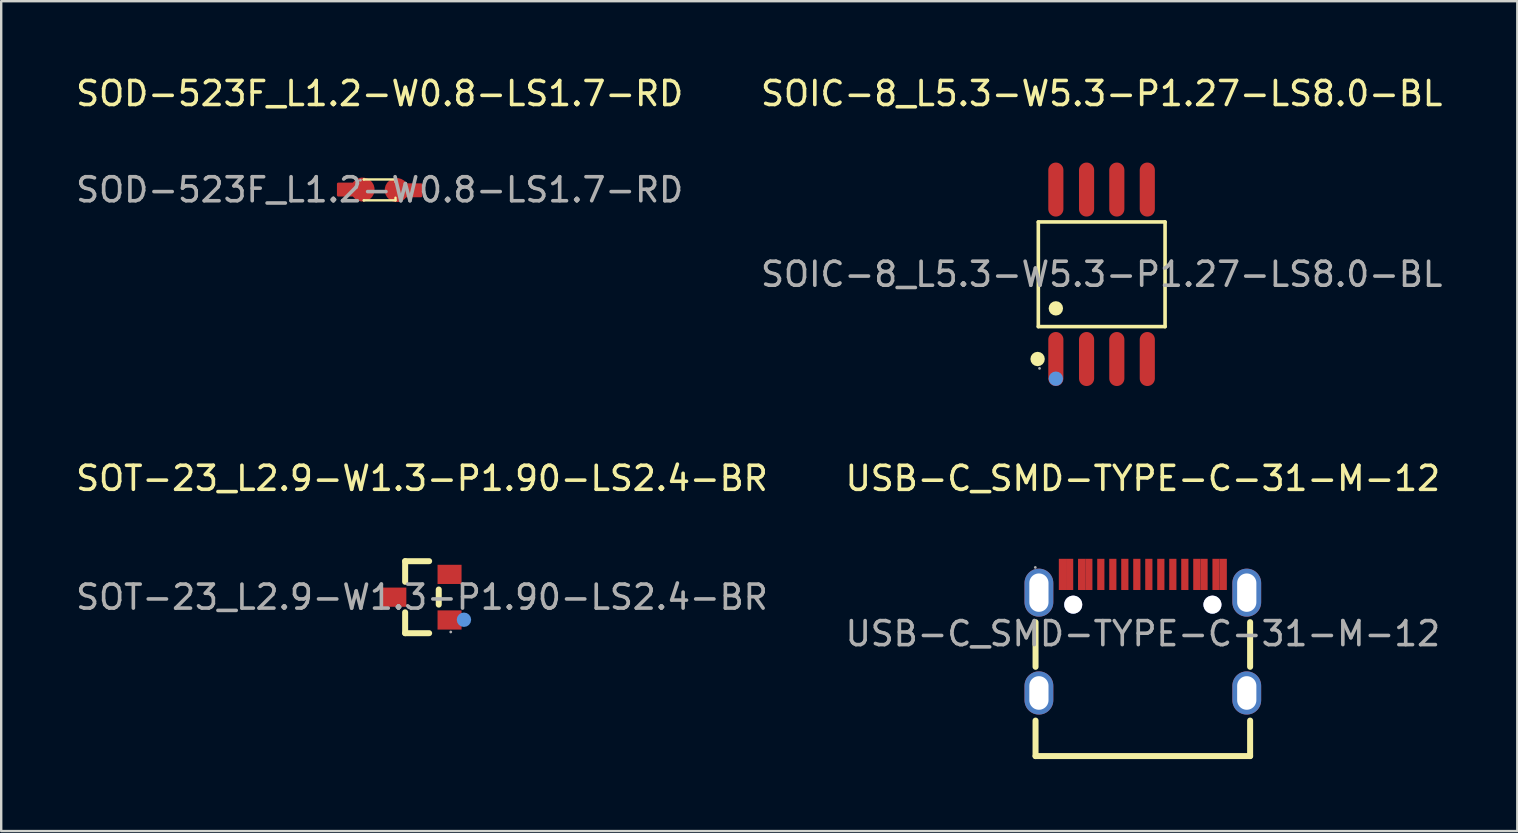
<source format=kicad_pcb>
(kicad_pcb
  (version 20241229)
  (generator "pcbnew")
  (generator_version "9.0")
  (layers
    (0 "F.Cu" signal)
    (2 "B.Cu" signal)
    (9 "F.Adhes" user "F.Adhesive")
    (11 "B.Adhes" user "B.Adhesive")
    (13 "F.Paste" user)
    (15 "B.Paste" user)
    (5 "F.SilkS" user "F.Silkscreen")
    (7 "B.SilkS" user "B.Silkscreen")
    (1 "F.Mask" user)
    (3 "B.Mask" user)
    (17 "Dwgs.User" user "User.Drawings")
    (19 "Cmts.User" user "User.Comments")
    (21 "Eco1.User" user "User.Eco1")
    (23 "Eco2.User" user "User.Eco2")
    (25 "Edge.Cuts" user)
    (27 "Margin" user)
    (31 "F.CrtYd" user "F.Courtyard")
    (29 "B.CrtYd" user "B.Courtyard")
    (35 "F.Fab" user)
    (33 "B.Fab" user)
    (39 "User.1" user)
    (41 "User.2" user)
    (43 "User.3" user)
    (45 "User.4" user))
  (footprint "SOIC-8_L5.3-W5.3-P1.27-LS8.0-BL"
    (layer "F.Cu")
    (at 42.851 8.378)
    (property "Reference" "SOIC-8_L5.3-W5.3-P1.27-LS8.0-BL" (at 0 -7.53 0) (layer "F.SilkS") (effects (font (size 1 1) (thickness 0.15))))
    (attr smd)
    (fp_line (start -2.64 -2.18) (end 2.64 -2.18) (stroke (width 0.15) (type solid)) (layer "F.SilkS"))
    (fp_line (start -2.64 2.18) (end -2.64 -2.18) (stroke (width 0.15) (type solid)) (layer "F.SilkS"))
    (fp_line (start 2.64 -2.18) (end 2.64 2.18) (stroke (width 0.15) (type solid)) (layer "F.SilkS"))
    (fp_line (start 2.64 2.18) (end -2.64 2.18) (stroke (width 0.15) (type solid)) (layer "F.SilkS"))
    (fp_circle (center -2.67 3.53) (end -2.52 3.53) (stroke (width 0.3) (type solid)) (fill no) (layer "F.SilkS"))
    (fp_circle (center -1.91 1.42) (end -1.76 1.42) (stroke (width 0.3) (type solid)) (fill no) (layer "F.SilkS"))
    (fp_circle (center -1.91 4.35) (end -1.76 4.35) (stroke (width 0.3) (type solid)) (fill no) (layer "Cmts.User"))
    (fp_circle (center -2.59 3.92) (end -2.56 3.92) (stroke (width 0.06) (type solid)) (fill no) (layer "F.Fab"))
    (fp_text user "${REFERENCE}" (at 0 0 0) (layer "F.Fab") (effects (font (size 1 1) (thickness 0.15))))
    (pad "1" smd oval (at -1.91 3.53) (size 0.63 2.25) (layers "F.Cu" "F.Mask" "F.Paste"))
    (pad "2" smd oval (at -0.63 3.53) (size 0.63 2.25) (layers "F.Cu" "F.Mask" "F.Paste"))
    (pad "3" smd oval (at 0.63 3.53) (size 0.63 2.25) (layers "F.Cu" "F.Mask" "F.Paste"))
    (pad "4" smd oval (at 1.9 3.53) (size 0.63 2.25) (layers "F.Cu" "F.Mask" "F.Paste"))
    (pad "5" smd oval (at 1.9 -3.53) (size 0.63 2.25) (layers "F.Cu" "F.Mask" "F.Paste"))
    (pad "6" smd oval (at 0.63 -3.53) (size 0.63 2.25) (layers "F.Cu" "F.Mask" "F.Paste"))
    (pad "7" smd oval (at -0.63 -3.53) (size 0.63 2.25) (layers "F.Cu" "F.Mask" "F.Paste"))
    (pad "8" smd oval (at -1.91 -3.53) (size 0.63 2.25) (layers "F.Cu" "F.Mask" "F.Paste")))
  (footprint "SOD-523F_L1.2-W0.8-LS1.7-RD"
    (layer "F.Cu")
    (at 12.768 4.858)
    (property "Reference" "SOD-523F_L1.2-W0.8-LS1.7-RD" (at 0 -4.01 0) (layer "F.SilkS") (effects (font (size 1 1) (thickness 0.15))))
    (attr smd)
    (fp_line (start -0.66 -0.43) (end -0.66 -0.43) (stroke (width 0.1) (type solid)) (layer "F.SilkS"))
    (fp_line (start -0.66 -0.43) (end 0.66 -0.43) (stroke (width 0.1) (type solid)) (layer "F.SilkS"))
    (fp_line (start -0.66 0.44) (end -0.66 0.44) (stroke (width 0.1) (type solid)) (layer "F.SilkS"))
    (fp_line (start 0.66 -0.43) (end 0.66 -0.33) (stroke (width 0.1) (type solid)) (layer "F.SilkS"))
    (fp_line (start 0.66 0.33) (end 0.66 0.44) (stroke (width 0.1) (type solid)) (layer "F.SilkS"))
    (fp_line (start 0.66 0.44) (end -0.66 0.44) (stroke (width 0.1) (type solid)) (layer "F.SilkS"))
    (fp_circle (center -0.8 -0.4) (end -0.77 -0.4) (stroke (width 0.06) (type solid)) (fill no) (layer "F.Fab"))
    (fp_text user "${REFERENCE}" (at 0 0 0) (layer "F.Fab") (effects (font (size 1 1) (thickness 0.15))))
    (pad "1" smd custom (at -0.71 -0.01) (size 1 1) (layers "F.Cu" "F.Mask" "F.Paste") (options (anchor circle)) (primitives (gr_poly (pts (xy -1.02 -0.24) (xy -0.41 -0.24) (xy -0.41 0.24) (xy -1.02 0.24)) (width 0.1) (fill yes))))
    (pad "2" smd custom (at 0.71 0.01) (size 1 1) (layers "F.Cu" "F.Mask" "F.Paste") (options (anchor circle)) (primitives (gr_poly (pts (xy 0.41 -0.23) (xy 1.02 -0.23) (xy 1.02 0.25) (xy 0.41 0.25)) (width 0.1) (fill yes)))))
  (footprint "USB-C_SMD-TYPE-C-31-M-12"
    (layer "F.Cu")
    (at 44.565 23.352)
    (property "Reference" "USB-C_SMD-TYPE-C-31-M-12" (at 0 -6.47 0) (layer "F.SilkS") (effects (font (size 1 1) (thickness 0.15))))
    (attr smd)
    (fp_line (start -4.47 1.38) (end -4.47 -0.48) (stroke (width 0.25) (type solid)) (layer "F.SilkS"))
    (fp_line (start -4.47 5.1) (end -4.47 3.62) (stroke (width 0.25) (type solid)) (layer "F.SilkS"))
    (fp_line (start 4.47 1.38) (end 4.47 -0.48) (stroke (width 0.25) (type solid)) (layer "F.SilkS"))
    (fp_line (start 4.47 5.1) (end -4.47 5.1) (stroke (width 0.25) (type solid)) (layer "F.SilkS"))
    (fp_line (start 4.47 5.1) (end 4.47 3.62) (stroke (width 0.25) (type solid)) (layer "F.SilkS"))
    (fp_circle (center -2.9 -1.21) (end -2.78 -1.21) (stroke (width 0.25) (type solid)) (fill no) (layer "Cmts.User"))
    (fp_circle (center 2.9 -1.21) (end 3.02 -1.21) (stroke (width 0.25) (type solid)) (fill no) (layer "Cmts.User"))
    (fp_circle (center -4.48 -2.76) (end -4.45 -2.76) (stroke (width 0.06) (type solid)) (fill no) (layer "F.Fab"))
    (fp_text user "${REFERENCE}" (at 0 0 0) (layer "F.Fab") (effects (font (size 1 1) (thickness 0.15))))
    (pad "" thru_hole circle (at -2.9 -1.21) (size 0.75 0.75) (drill 0.75) (layers "*.Cu" "*.Mask"))
    (pad "" thru_hole circle (at 2.9 -1.21) (size 0.75 0.75) (drill 0.75) (layers "*.Cu" "*.Mask"))
    (pad "0" thru_hole oval (at -4.33 -1.71) (size 1.2 2) (drill oval 0.8 1.6) (layers "*.Cu" "*.Paste" "*.Mask"))
    (pad "1" thru_hole oval (at 4.33 -1.71) (size 1.2 2) (drill oval 0.8 1.6) (layers "*.Cu" "*.Paste" "*.Mask"))
    (pad "2" thru_hole oval (at 4.33 2.47) (size 1.2 1.8) (drill oval 0.8 1.4) (layers "*.Cu" "*.Paste" "*.Mask"))
    (pad "3" thru_hole oval (at -4.33 2.47) (size 1.2 1.8) (drill oval 0.8 1.4) (layers "*.Cu" "*.Paste" "*.Mask"))
    (pad "A1" smd rect (at -3.35 -2.47) (size 0.3 1.3) (layers "F.Cu" "F.Mask" "F.Paste"))
    (pad "A4" smd rect (at -2.55 -2.47) (size 0.3 1.3) (layers "F.Cu" "F.Mask" "F.Paste"))
    (pad "A5" smd rect (at -1.25 -2.47) (size 0.3 1.3) (layers "F.Cu" "F.Mask" "F.Paste"))
    (pad "A6" smd rect (at -0.25 -2.47) (size 0.3 1.3) (layers "F.Cu" "F.Mask" "F.Paste"))
    (pad "A7" smd rect (at 0.25 -2.47) (size 0.3 1.3) (layers "F.Cu" "F.Mask" "F.Paste"))
    (pad "A8" smd rect (at 1.25 -2.47) (size 0.3 1.3) (layers "F.Cu" "F.Mask" "F.Paste"))
    (pad "A9" smd rect (at 2.55 -2.47) (size 0.3 1.3) (layers "F.Cu" "F.Mask" "F.Paste"))
    (pad "A12" smd rect (at 3.35 -2.47) (size 0.3 1.3) (layers "F.Cu" "F.Mask" "F.Paste"))
    (pad "B1" smd rect (at 3.05 -2.47) (size 0.3 1.3) (layers "F.Cu" "F.Mask" "F.Paste"))
    (pad "B4" smd rect (at 2.25 -2.47) (size 0.3 1.3) (layers "F.Cu" "F.Mask" "F.Paste"))
    (pad "B5" smd rect (at 1.75 -2.47) (size 0.3 1.3) (layers "F.Cu" "F.Mask" "F.Paste"))
    (pad "B6" smd rect (at 0.75 -2.47) (size 0.3 1.3) (layers "F.Cu" "F.Mask" "F.Paste"))
    (pad "B7" smd rect (at -0.75 -2.47) (size 0.3 1.3) (layers "F.Cu" "F.Mask" "F.Paste"))
    (pad "B8" smd rect (at -1.75 -2.47) (size 0.3 1.3) (layers "F.Cu" "F.Mask" "F.Paste"))
    (pad "B9" smd rect (at -2.25 -2.47) (size 0.3 1.3) (layers "F.Cu" "F.Mask" "F.Paste"))
    (pad "B12" smd rect (at -3.05 -2.47) (size 0.3 1.3) (layers "F.Cu" "F.Mask" "F.Paste")))
  (footprint "SOT-23_L2.9-W1.3-P1.90-LS2.4-BR"
    (layer "F.Cu")
    (at 14.53 21.831)
    (property "Reference" "SOT-23_L2.9-W1.3-P1.90-LS2.4-BR" (at 0 -4.95 0) (layer "F.SilkS") (effects (font (size 1 1) (thickness 0.15))))
    (attr smd)
    (fp_line (start -0.7 -1.5) (end 0.3 -1.5) (stroke (width 0.25) (type solid)) (layer "F.SilkS"))
    (fp_line (start -0.7 -0.64) (end -0.7 -1.5) (stroke (width 0.25) (type solid)) (layer "F.SilkS"))
    (fp_line (start -0.7 1.5) (end -0.7 0.63) (stroke (width 0.25) (type solid)) (layer "F.SilkS"))
    (fp_line (start -0.7 1.5) (end 0.3 1.5) (stroke (width 0.25) (type solid)) (layer "F.SilkS"))
    (fp_line (start 0.7 0.31) (end 0.7 -0.32) (stroke (width 0.25) (type solid)) (layer "F.SilkS"))
    (fp_circle (center 1.75 0.94) (end 1.9 0.94) (stroke (width 0.3) (type solid)) (fill no) (layer "Cmts.User"))
    (fp_circle (center 1.2 1.45) (end 1.23 1.45) (stroke (width 0.06) (type solid)) (fill no) (layer "F.Fab"))
    (fp_text user "${REFERENCE}" (at 0 0 0) (layer "F.Fab") (effects (font (size 1 1) (thickness 0.15))))
    (pad "1" smd rect (at 1.15 0.95 180) (size 1 0.8) (layers "F.Cu" "F.Mask" "F.Paste"))
    (pad "2" smd rect (at 1.15 -0.95 180) (size 1 0.8) (layers "F.Cu" "F.Mask" "F.Paste"))
    (pad "3" smd rect (at -1.15 0 180) (size 1 0.8) (layers "F.Cu" "F.Mask" "F.Paste")))
  (gr_rect
    (start -3 -3)
    (end 60.167 31.576)
    (stroke (width 0.1) (type default))
    (fill no)
    (layer "Edge.Cuts")))
</source>
